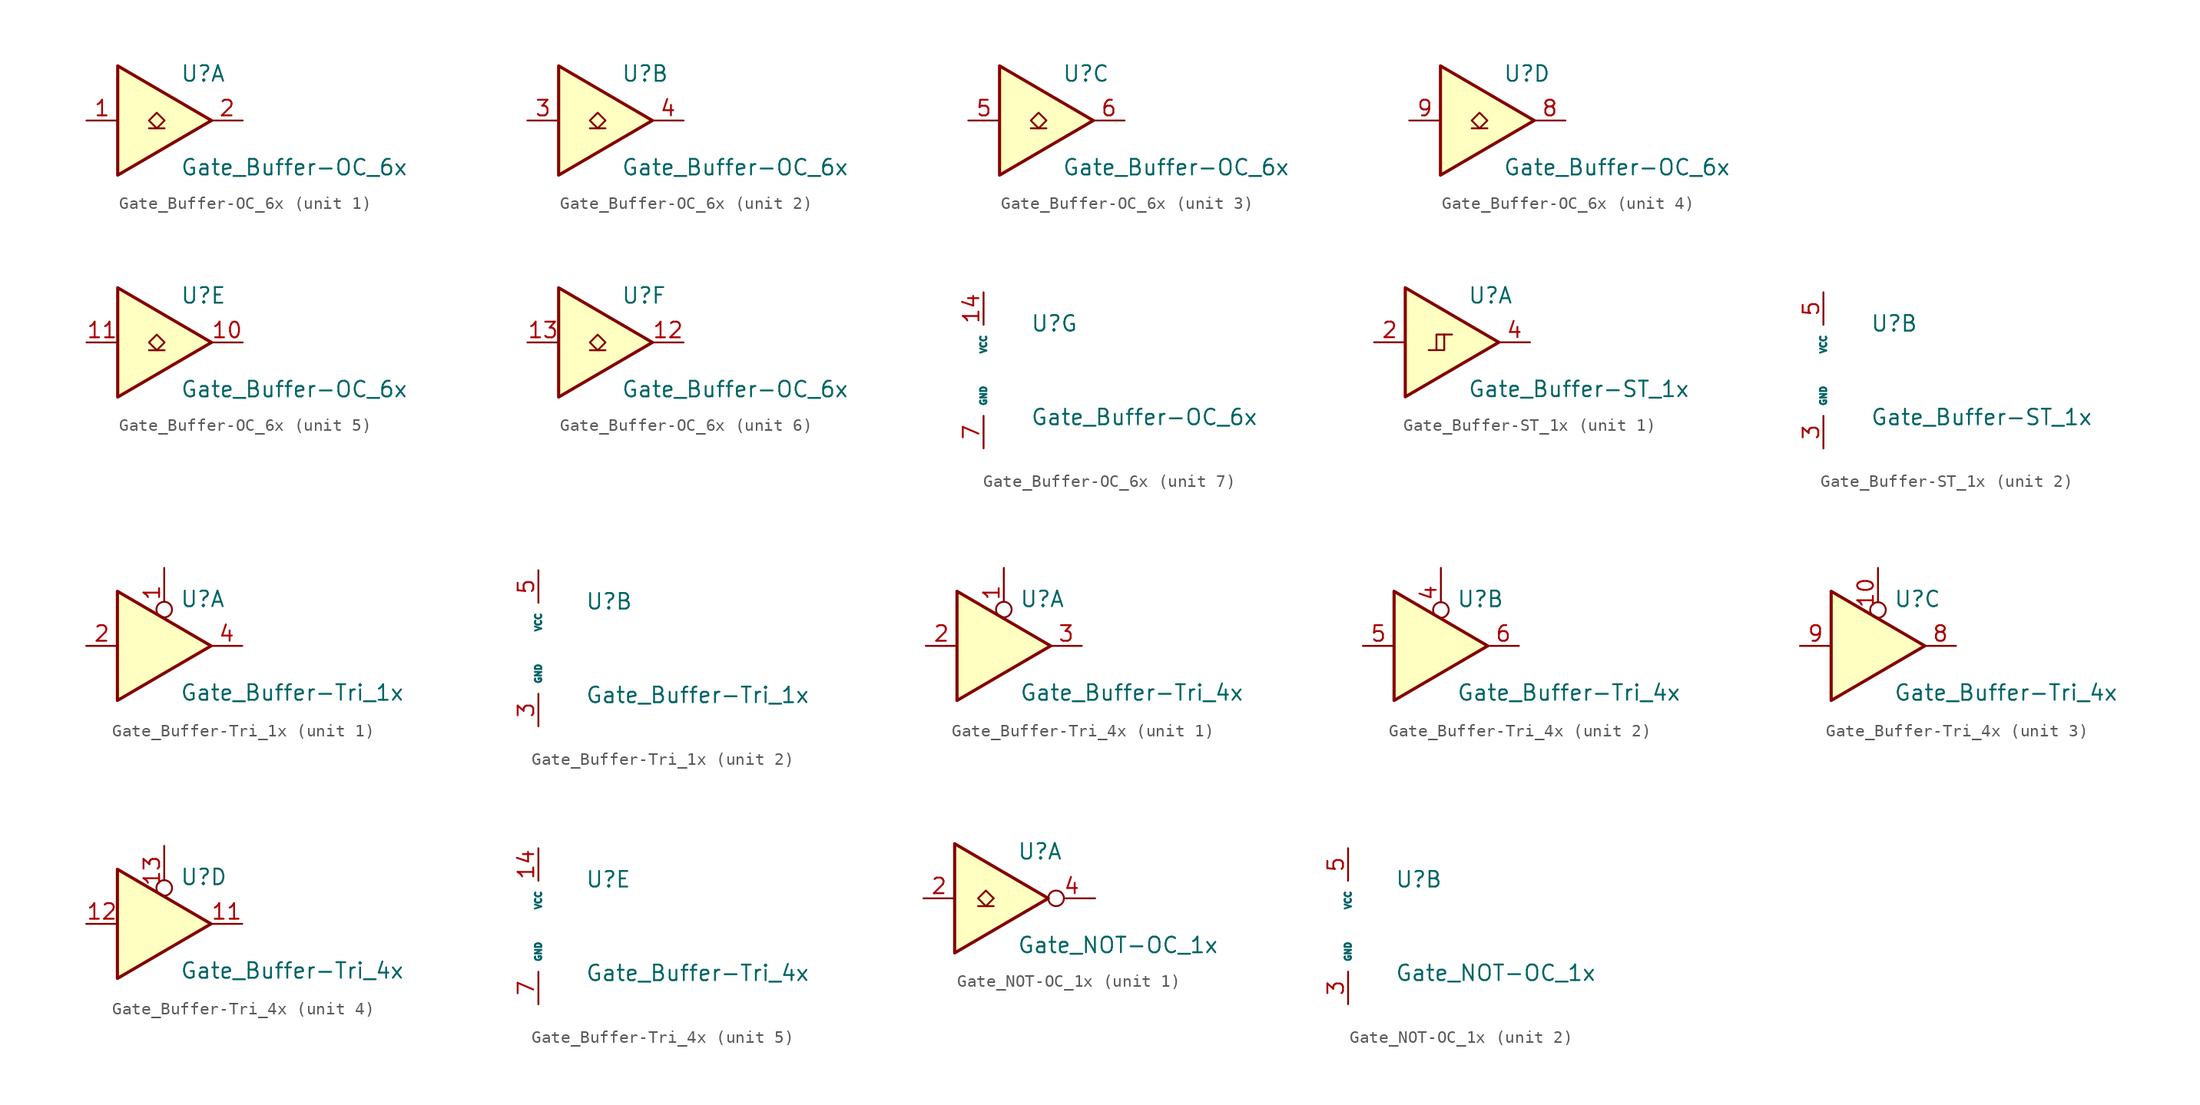
<source format=kicad_sym>
(kicad_symbol_lib
  (version 20211014)
  (generator kicad_symbol_editor)
  (symbol "Gate_Buffer-OC_6x"
    (pin_names
      (offset 0.762))
    (property "Reference" "U"
      (at 1.27 3.81 0)
      (effects (font (size 1.27 1.27)) (justify left)))
    (property "Value" "Gate_Buffer-OC_6x"
      (at 1.27 -3.81 0)
      (effects (font (size 1.27 1.27)) (justify left)))
    (property "ki_locked" ""
      (at 0 0 0)
      (effects (font (size 1.27 1.27))))
    (symbol "Gate_Buffer-OC_6x_1_0"
      (polyline (pts (xy -3.81 4.445) (xy -3.81 -4.445) (xy 3.81 0) (xy -3.81 4.445)) (stroke (width 0.254) (type default) (color 0 0 0 0)) (fill (type background)))
      (pin input line (at -6.35 0 0) (length 2.54) (name "" (effects (font (size 1.27 1.27)))) (number "1" (effects (font (size 1.27 1.27)))))
      (pin open_collector line (at 6.35 0 180) (length 2.54) (name "" (effects (font (size 1.27 1.27)))) (number "2" (effects (font (size 1.27 1.27))))))
    (symbol "Gate_Buffer-OC_6x_1_1"
      (polyline (pts (xy -1.27 -0.635) (xy 0 -0.635)) (stroke (width 0.152) (type default) (color 0 0 0 0)) (fill (type none)))
      (polyline (pts (xy -0.635 -0.635) (xy -1.27 0) (xy -0.635 0.635) (xy 0 0) (xy -0.635 -0.635)) (stroke (width 0.152) (type default) (color 0 0 0 0)) (fill (type none))))
    (symbol "Gate_Buffer-OC_6x_2_0"
      (polyline (pts (xy -3.81 4.445) (xy -3.81 -4.445) (xy 3.81 0) (xy -3.81 4.445)) (stroke (width 0.254) (type default) (color 0 0 0 0)) (fill (type background)))
      (pin input line (at -6.35 0 0) (length 2.54) (name "" (effects (font (size 1.27 1.27)))) (number "3" (effects (font (size 1.27 1.27)))))
      (pin open_collector line (at 6.35 0 180) (length 2.54) (name "" (effects (font (size 1.27 1.27)))) (number "4" (effects (font (size 1.27 1.27))))))
    (symbol "Gate_Buffer-OC_6x_2_1"
      (polyline (pts (xy -1.27 -0.635) (xy 0 -0.635)) (stroke (width 0.152) (type default) (color 0 0 0 0)) (fill (type none)))
      (polyline (pts (xy -0.635 -0.635) (xy -1.27 0) (xy -0.635 0.635) (xy 0 0) (xy -0.635 -0.635)) (stroke (width 0.152) (type default) (color 0 0 0 0)) (fill (type none))))
    (symbol "Gate_Buffer-OC_6x_3_0"
      (polyline (pts (xy -3.81 4.445) (xy -3.81 -4.445) (xy 3.81 0) (xy -3.81 4.445)) (stroke (width 0.254) (type default) (color 0 0 0 0)) (fill (type background)))
      (pin input line (at -6.35 0 0) (length 2.54) (name "" (effects (font (size 1.27 1.27)))) (number "5" (effects (font (size 1.27 1.27)))))
      (pin open_collector line (at 6.35 0 180) (length 2.54) (name "" (effects (font (size 1.27 1.27)))) (number "6" (effects (font (size 1.27 1.27))))))
    (symbol "Gate_Buffer-OC_6x_3_1"
      (polyline (pts (xy -1.27 -0.635) (xy 0 -0.635)) (stroke (width 0.152) (type default) (color 0 0 0 0)) (fill (type none)))
      (polyline (pts (xy -0.635 -0.635) (xy -1.27 0) (xy -0.635 0.635) (xy 0 0) (xy -0.635 -0.635)) (stroke (width 0.152) (type default) (color 0 0 0 0)) (fill (type none))))
    (symbol "Gate_Buffer-OC_6x_4_0"
      (polyline (pts (xy -3.81 4.445) (xy -3.81 -4.445) (xy 3.81 0) (xy -3.81 4.445)) (stroke (width 0.254) (type default) (color 0 0 0 0)) (fill (type background)))
      (pin open_collector line (at 6.35 0 180) (length 2.54) (name "" (effects (font (size 1.27 1.27)))) (number "8" (effects (font (size 1.27 1.27)))))
      (pin input line (at -6.35 0 0) (length 2.54) (name "" (effects (font (size 1.27 1.27)))) (number "9" (effects (font (size 1.27 1.27))))))
    (symbol "Gate_Buffer-OC_6x_4_1"
      (polyline (pts (xy -1.27 -0.635) (xy 0 -0.635)) (stroke (width 0.152) (type default) (color 0 0 0 0)) (fill (type none)))
      (polyline (pts (xy -0.635 -0.635) (xy -1.27 0) (xy -0.635 0.635) (xy 0 0) (xy -0.635 -0.635)) (stroke (width 0.152) (type default) (color 0 0 0 0)) (fill (type none))))
    (symbol "Gate_Buffer-OC_6x_5_0"
      (polyline (pts (xy -3.81 4.445) (xy -3.81 -4.445) (xy 3.81 0) (xy -3.81 4.445)) (stroke (width 0.254) (type default) (color 0 0 0 0)) (fill (type background)))
      (pin open_collector line (at 6.35 0 180) (length 2.54) (name "" (effects (font (size 1.27 1.27)))) (number "10" (effects (font (size 1.27 1.27)))))
      (pin input line (at -6.35 0 0) (length 2.54) (name "" (effects (font (size 1.27 1.27)))) (number "11" (effects (font (size 1.27 1.27))))))
    (symbol "Gate_Buffer-OC_6x_5_1"
      (polyline (pts (xy -1.27 -0.635) (xy 0 -0.635)) (stroke (width 0.152) (type default) (color 0 0 0 0)) (fill (type none)))
      (polyline (pts (xy -0.635 -0.635) (xy -1.27 0) (xy -0.635 0.635) (xy 0 0) (xy -0.635 -0.635)) (stroke (width 0.152) (type default) (color 0 0 0 0)) (fill (type none))))
    (symbol "Gate_Buffer-OC_6x_6_0"
      (polyline (pts (xy -3.81 4.445) (xy -3.81 -4.445) (xy 3.81 0) (xy -3.81 4.445)) (stroke (width 0.254) (type default) (color 0 0 0 0)) (fill (type background)))
      (pin open_collector line (at 6.35 0 180) (length 2.54) (name "" (effects (font (size 1.27 1.27)))) (number "12" (effects (font (size 1.27 1.27)))))
      (pin input line (at -6.35 0 0) (length 2.54) (name "" (effects (font (size 1.27 1.27)))) (number "13" (effects (font (size 1.27 1.27))))))
    (symbol "Gate_Buffer-OC_6x_6_1"
      (polyline (pts (xy -1.27 -0.635) (xy 0 -0.635)) (stroke (width 0.152) (type default) (color 0 0 0 0)) (fill (type none)))
      (polyline (pts (xy -0.635 -0.635) (xy -1.27 0) (xy -0.635 0.635) (xy 0 0) (xy -0.635 -0.635)) (stroke (width 0.152) (type default) (color 0 0 0 0)) (fill (type none))))
    (symbol "Gate_Buffer-OC_6x_7_1"
      (pin power_in line (at -2.54 6.35 270) (length 2.646) (name "VCC" (effects (font (size 0.508 0.508)))) (number "14" (effects (font (size 1.27 1.27)))))
      (pin power_in line (at -2.54 -6.35 90) (length 2.646) (name "GND" (effects (font (size 0.508 0.508)))) (number "7" (effects (font (size 1.27 1.27)))))))
  (symbol "Gate_Buffer-ST_1x"
    (pin_names
      (offset 0.762))
    (property "Reference" "U"
      (at 1.27 3.81 0)
      (effects (font (size 1.27 1.27)) (justify left)))
    (property "Value" "Gate_Buffer-ST_1x"
      (at 1.27 -3.81 0)
      (effects (font (size 1.27 1.27)) (justify left)))
    (property "ki_locked" ""
      (at 0 0 0)
      (effects (font (size 1.27 1.27))))
    (symbol "Gate_Buffer-ST_1x_1_0"
      (polyline (pts (xy -3.81 4.445) (xy -3.81 -4.445) (xy 3.81 0) (xy -3.81 4.445)) (stroke (width 0.254) (type default) (color 0 0 0 0)) (fill (type background)))
      (pin input line (at -6.35 0 0) (length 2.54) (name "" (effects (font (size 1.27 1.27)))) (number "2" (effects (font (size 1.27 1.27)))))
      (pin open_collector line (at 6.35 0 180) (length 2.54) (name "" (effects (font (size 1.27 1.27)))) (number "4" (effects (font (size 1.27 1.27))))))
    (symbol "Gate_Buffer-ST_1x_1_1"
      (polyline (pts (xy -1.27 -0.635) (xy -0.635 -0.635) (xy -0.635 0.635)) (stroke (width 0) (type default) (color 0 0 0 0)) (fill (type none)))
      (polyline (pts (xy -1.905 -0.635) (xy -1.27 -0.635) (xy -1.27 0.635) (xy 0 0.635)) (stroke (width 0) (type default) (color 0 0 0 0)) (fill (type none))))
    (symbol "Gate_Buffer-ST_1x_2_1"
      (pin power_in line (at -2.54 -6.35 90) (length 2.646) (name "GND" (effects (font (size 0.508 0.508)))) (number "3" (effects (font (size 1.27 1.27)))))
      (pin power_in line (at -2.54 6.35 270) (length 2.646) (name "VCC" (effects (font (size 0.508 0.508)))) (number "5" (effects (font (size 1.27 1.27)))))))
  (symbol "Gate_Buffer-Tri_1x"
    (pin_names
      (offset 0.762))
    (property "Reference" "U"
      (at 1.27 3.81 0)
      (effects (font (size 1.27 1.27)) (justify left)))
    (property "Value" "Gate_Buffer-Tri_1x"
      (at 1.27 -3.81 0)
      (effects (font (size 1.27 1.27)) (justify left)))
    (symbol "Gate_Buffer-Tri_1x_1_1"
      (polyline (pts (xy -3.81 4.445) (xy -3.81 -4.445) (xy 3.81 0) (xy -3.81 4.445)) (stroke (width 0.254) (type default) (color 0 0 0 0)) (fill (type background)))
      (pin input inverted (at 0 6.35 270) (length 4.028) (name "~" (effects (font (size 1.016 1.016)))) (number "1" (effects (font (size 1.27 1.27)))))
      (pin input line (at -6.35 0 0) (length 2.54) (name "" (effects (font (size 1.016 1.016)))) (number "2" (effects (font (size 1.27 1.27)))))
      (pin tri_state line (at 6.35 0 180) (length 2.54) (name "" (effects (font (size 1.016 1.016)))) (number "4" (effects (font (size 1.27 1.27))))))
    (symbol "Gate_Buffer-Tri_1x_2_1"
      (pin power_in line (at -2.54 -6.35 90) (length 2.646) (name "GND" (effects (font (size 0.508 0.508)))) (number "3" (effects (font (size 1.27 1.27)))))
      (pin power_in line (at -2.54 6.35 270) (length 2.646) (name "VCC" (effects (font (size 0.508 0.508)))) (number "5" (effects (font (size 1.27 1.27)))))))
  (symbol "Gate_Buffer-Tri_4x"
    (pin_names
      (offset 0.762))
    (property "Reference" "U"
      (at 1.27 3.81 0)
      (effects (font (size 1.27 1.27)) (justify left)))
    (property "Value" "Gate_Buffer-Tri_4x"
      (at 1.27 -3.81 0)
      (effects (font (size 1.27 1.27)) (justify left)))
    (property "ki_locked" ""
      (at 0 0 0)
      (effects (font (size 1.27 1.27))))
    (symbol "Gate_Buffer-Tri_4x_1_0"
      (polyline (pts (xy -3.81 4.445) (xy -3.81 -4.445) (xy 3.81 0) (xy -3.81 4.445)) (stroke (width 0.254) (type default) (color 0 0 0 0)) (fill (type background)))
      (pin input inverted (at 0 6.35 270) (length 4.028) (name "~" (effects (font (size 1.27 1.27)))) (number "1" (effects (font (size 1.27 1.27)))))
      (pin input line (at -6.35 0 0) (length 2.54) (name "" (effects (font (size 1.27 1.27)))) (number "2" (effects (font (size 1.27 1.27)))))
      (pin tri_state line (at 6.35 0 180) (length 2.54) (name "" (effects (font (size 1.27 1.27)))) (number "3" (effects (font (size 1.27 1.27))))))
    (symbol "Gate_Buffer-Tri_4x_2_0"
      (polyline (pts (xy -3.81 4.445) (xy -3.81 -4.445) (xy 3.81 0) (xy -3.81 4.445)) (stroke (width 0.254) (type default) (color 0 0 0 0)) (fill (type background)))
      (pin input inverted (at 0 6.35 270) (length 4.064) (name "~" (effects (font (size 1.27 1.27)))) (number "4" (effects (font (size 1.27 1.27)))))
      (pin input line (at -6.35 0 0) (length 2.54) (name "" (effects (font (size 1.27 1.27)))) (number "5" (effects (font (size 1.27 1.27)))))
      (pin tri_state line (at 6.35 0 180) (length 2.54) (name "" (effects (font (size 1.27 1.27)))) (number "6" (effects (font (size 1.27 1.27))))))
    (symbol "Gate_Buffer-Tri_4x_3_0"
      (polyline (pts (xy -3.81 4.445) (xy -3.81 -4.445) (xy 3.81 0) (xy -3.81 4.445)) (stroke (width 0.254) (type default) (color 0 0 0 0)) (fill (type background)))
      (pin input inverted (at 0 6.35 270) (length 4.064) (name "~" (effects (font (size 1.27 1.27)))) (number "10" (effects (font (size 1.27 1.27)))))
      (pin tri_state line (at 6.35 0 180) (length 2.54) (name "" (effects (font (size 1.27 1.27)))) (number "8" (effects (font (size 1.27 1.27)))))
      (pin input line (at -6.35 0 0) (length 2.54) (name "" (effects (font (size 1.27 1.27)))) (number "9" (effects (font (size 1.27 1.27))))))
    (symbol "Gate_Buffer-Tri_4x_4_0"
      (polyline (pts (xy -3.81 4.445) (xy -3.81 -4.445) (xy 3.81 0) (xy -3.81 4.445)) (stroke (width 0.254) (type default) (color 0 0 0 0)) (fill (type background)))
      (pin tri_state line (at 6.35 0 180) (length 2.54) (name "" (effects (font (size 1.27 1.27)))) (number "11" (effects (font (size 1.27 1.27)))))
      (pin input line (at -6.35 0 0) (length 2.54) (name "" (effects (font (size 1.27 1.27)))) (number "12" (effects (font (size 1.27 1.27)))))
      (pin input inverted (at 0 6.35 270) (length 4.064) (name "~" (effects (font (size 1.27 1.27)))) (number "13" (effects (font (size 1.27 1.27))))))
    (symbol "Gate_Buffer-Tri_4x_5_1"
      (pin power_in line (at -2.54 6.35 270) (length 2.646) (name "VCC" (effects (font (size 0.508 0.508)))) (number "14" (effects (font (size 1.27 1.27)))))
      (pin power_in line (at -2.54 -6.35 90) (length 2.646) (name "GND" (effects (font (size 0.508 0.508)))) (number "7" (effects (font (size 1.27 1.27)))))))
  (symbol "Gate_NOT-OC_1x"
    (pin_names
      (offset 0.762))
    (property "Reference" "U"
      (at 1.27 3.81 0)
      (effects (font (size 1.27 1.27)) (justify left)))
    (property "Value" "Gate_NOT-OC_1x"
      (at 1.27 -3.81 0)
      (effects (font (size 1.27 1.27)) (justify left)))
    (property "ki_locked" ""
      (at 0 0 0)
      (effects (font (size 1.27 1.27))))
    (symbol "Gate_NOT-OC_1x_1_1"
      (polyline (pts (xy -1.905 -0.635) (xy -0.635 -0.635)) (stroke (width 0.152) (type default) (color 0 0 0 0)) (fill (type none)))
      (polyline (pts (xy -1.27 -0.635) (xy -0.635 0)) (stroke (width 0.152) (type default) (color 0 0 0 0)) (fill (type none)))
      (polyline (pts (xy -3.81 4.445) (xy -3.81 -4.445) (xy 3.81 0) (xy -3.81 4.445)) (stroke (width 0.254) (type default) (color 0 0 0 0)) (fill (type background)))
      (polyline (pts (xy -1.27 -0.635) (xy -1.905 0) (xy -1.27 0.635) (xy -0.635 0)) (stroke (width 0.152) (type default) (color 0 0 0 0)) (fill (type none)))
      (pin input line (at -6.35 0 0) (length 2.54) (name "" (effects (font (size 1.27 1.27)))) (number "2" (effects (font (size 1.27 1.27)))))
      (pin output inverted (at 7.62 0 180) (length 3.81) (name "" (effects (font (size 1.27 1.27)))) (number "4" (effects (font (size 1.27 1.27))))))
    (symbol "Gate_NOT-OC_1x_2_1"
      (pin power_in line (at -2.54 -6.35 90) (length 2.646) (name "GND" (effects (font (size 0.508 0.508)))) (number "3" (effects (font (size 1.27 1.27)))))
      (pin power_in line (at -2.54 6.35 270) (length 2.646) (name "VCC" (effects (font (size 0.508 0.508)))) (number "5" (effects (font (size 1.27 1.27))))))))
</source>
